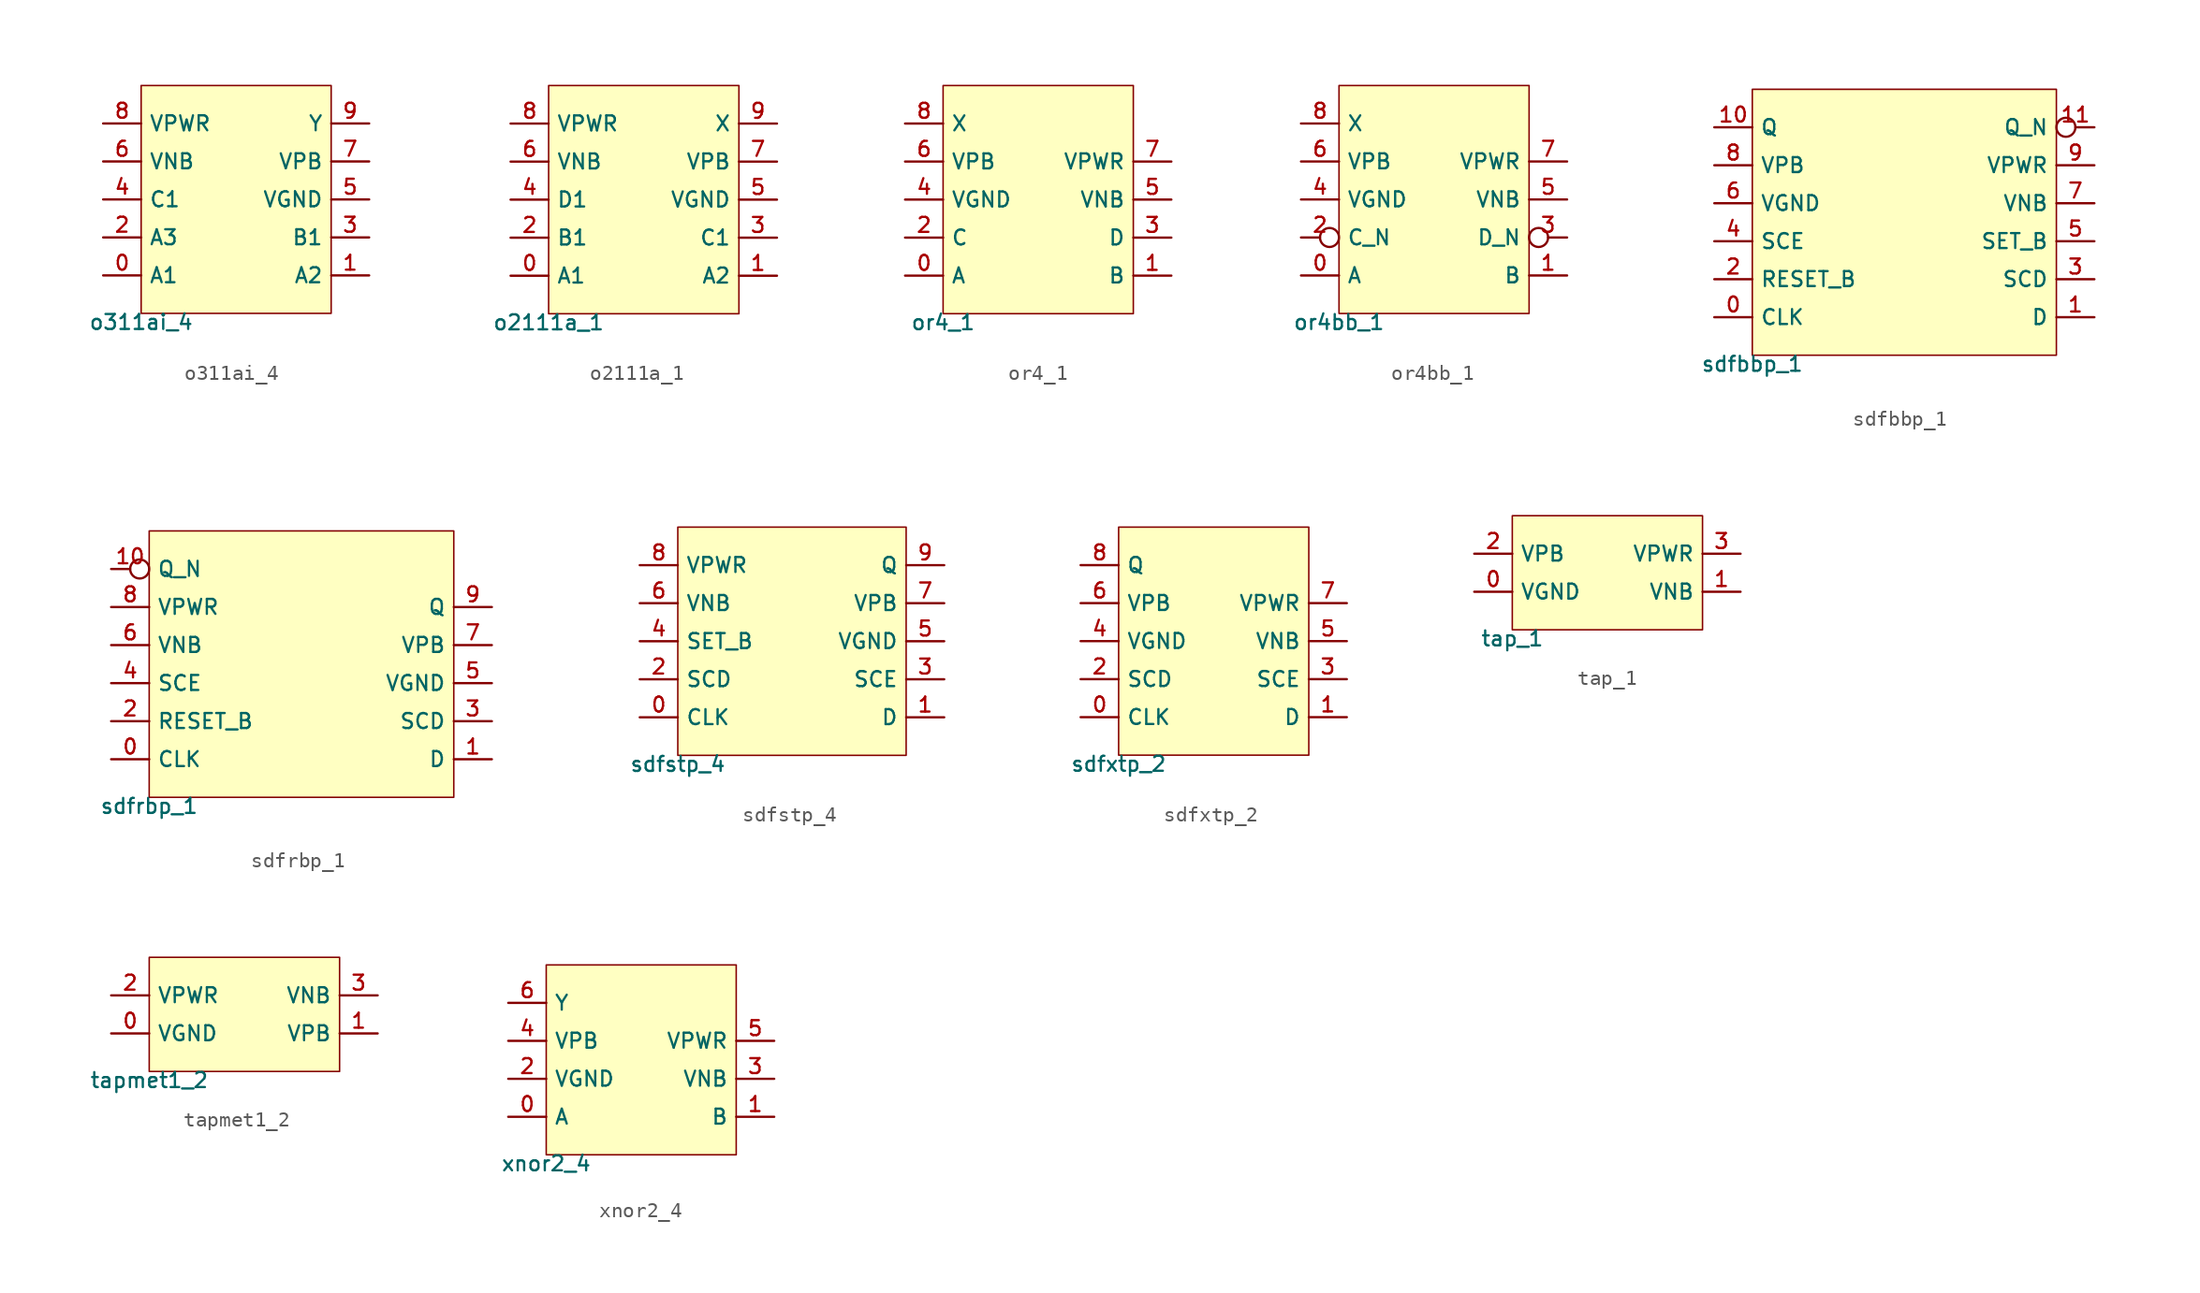
<source format=kicad_sym>
(kicad_symbol_lib
  (version 20211014)
  (generator pdk2kicad)
  (symbol "o311ai_4"
    (property "Reference" "X"
      (at 0 0 0)
      (effects (font (size 1 1)) hide))
    (property "Value" "o311ai_4"
      (at -6.35 -7.62 0)
      (effects (font (size 1 1)) (justify top)))
    (rectangle
      (start -6.35 -7.62)
      (end 6.35 7.62)
      (stroke (width 0.1) (type solid) (color 0 0 0 0))
      (fill (type background)))
    (pin bidirectional line
      (at -8.89 -5.08 0)
      (length 2.54)
      (name "A1" (effects (font (size 1 1)) hide))
      (number "0" (effects (font (size 1 1)) hide)))
    (pin bidirectional line
      (at 8.89 -5.08 180)
      (length 2.54)
      (name "A2" (effects (font (size 1 1)) hide))
      (number "1" (effects (font (size 1 1)) hide)))
    (pin bidirectional line
      (at -8.89 -2.54 0)
      (length 2.54)
      (name "A3" (effects (font (size 1 1)) hide))
      (number "2" (effects (font (size 1 1)) hide)))
    (pin bidirectional line
      (at 8.89 -2.54 180)
      (length 2.54)
      (name "B1" (effects (font (size 1 1)) hide))
      (number "3" (effects (font (size 1 1)) hide)))
    (pin bidirectional line
      (at -8.89 8.881784197001252e-16 0)
      (length 2.54)
      (name "C1" (effects (font (size 1 1)) hide))
      (number "4" (effects (font (size 1 1)) hide)))
    (pin bidirectional line
      (at 8.89 8.881784197001252e-16 180)
      (length 2.54)
      (name "VGND" (effects (font (size 1 1)) hide))
      (number "5" (effects (font (size 1 1)) hide)))
    (pin bidirectional line
      (at -8.89 2.54 0)
      (length 2.54)
      (name "VNB" (effects (font (size 1 1)) hide))
      (number "6" (effects (font (size 1 1)) hide)))
    (pin bidirectional line
      (at 8.89 2.54 180)
      (length 2.54)
      (name "VPB" (effects (font (size 1 1)) hide))
      (number "7" (effects (font (size 1 1)) hide)))
    (pin bidirectional line
      (at -8.89 5.08 0)
      (length 2.54)
      (name "VPWR" (effects (font (size 1 1)) hide))
      (number "8" (effects (font (size 1 1)) hide)))
    (pin bidirectional line
      (at 8.89 5.08 180)
      (length 2.54)
      (name "Y" (effects (font (size 1 1)) hide))
      (number "9" (effects (font (size 1 1)) hide))))
  (symbol "o2111a_1"
    (property "Reference" "X"
      (at 0 0 0)
      (effects (font (size 1 1)) hide))
    (property "Value" "o2111a_1"
      (at -6.35 -7.62 0)
      (effects (font (size 1 1)) (justify top)))
    (rectangle
      (start -6.35 -7.62)
      (end 6.35 7.62)
      (stroke (width 0.1) (type solid) (color 0 0 0 0))
      (fill (type background)))
    (pin bidirectional line
      (at -8.89 -5.08 0)
      (length 2.54)
      (name "A1" (effects (font (size 1 1)) hide))
      (number "0" (effects (font (size 1 1)) hide)))
    (pin bidirectional line
      (at 8.89 -5.08 180)
      (length 2.54)
      (name "A2" (effects (font (size 1 1)) hide))
      (number "1" (effects (font (size 1 1)) hide)))
    (pin bidirectional line
      (at -8.89 -2.54 0)
      (length 2.54)
      (name "B1" (effects (font (size 1 1)) hide))
      (number "2" (effects (font (size 1 1)) hide)))
    (pin bidirectional line
      (at 8.89 -2.54 180)
      (length 2.54)
      (name "C1" (effects (font (size 1 1)) hide))
      (number "3" (effects (font (size 1 1)) hide)))
    (pin bidirectional line
      (at -8.89 8.881784197001252e-16 0)
      (length 2.54)
      (name "D1" (effects (font (size 1 1)) hide))
      (number "4" (effects (font (size 1 1)) hide)))
    (pin bidirectional line
      (at 8.89 8.881784197001252e-16 180)
      (length 2.54)
      (name "VGND" (effects (font (size 1 1)) hide))
      (number "5" (effects (font (size 1 1)) hide)))
    (pin bidirectional line
      (at -8.89 2.54 0)
      (length 2.54)
      (name "VNB" (effects (font (size 1 1)) hide))
      (number "6" (effects (font (size 1 1)) hide)))
    (pin bidirectional line
      (at 8.89 2.54 180)
      (length 2.54)
      (name "VPB" (effects (font (size 1 1)) hide))
      (number "7" (effects (font (size 1 1)) hide)))
    (pin bidirectional line
      (at -8.89 5.08 0)
      (length 2.54)
      (name "VPWR" (effects (font (size 1 1)) hide))
      (number "8" (effects (font (size 1 1)) hide)))
    (pin bidirectional line
      (at 8.89 5.08 180)
      (length 2.54)
      (name "X" (effects (font (size 1 1)) hide))
      (number "9" (effects (font (size 1 1)) hide))))
  (symbol "or4_1"
    (property "Reference" "X"
      (at 0 0 0)
      (effects (font (size 1 1)) hide))
    (property "Value" "or4_1"
      (at -6.35 -7.62 0)
      (effects (font (size 1 1)) (justify top)))
    (rectangle
      (start -6.35 -7.62)
      (end 6.35 7.62)
      (stroke (width 0.1) (type solid) (color 0 0 0 0))
      (fill (type background)))
    (pin bidirectional line
      (at -8.89 -5.08 0)
      (length 2.54)
      (name "A" (effects (font (size 1 1)) hide))
      (number "0" (effects (font (size 1 1)) hide)))
    (pin bidirectional line
      (at 8.89 -5.08 180)
      (length 2.54)
      (name "B" (effects (font (size 1 1)) hide))
      (number "1" (effects (font (size 1 1)) hide)))
    (pin bidirectional line
      (at -8.89 -2.54 0)
      (length 2.54)
      (name "C" (effects (font (size 1 1)) hide))
      (number "2" (effects (font (size 1 1)) hide)))
    (pin bidirectional line
      (at 8.89 -2.54 180)
      (length 2.54)
      (name "D" (effects (font (size 1 1)) hide))
      (number "3" (effects (font (size 1 1)) hide)))
    (pin bidirectional line
      (at -8.89 8.881784197001252e-16 0)
      (length 2.54)
      (name "VGND" (effects (font (size 1 1)) hide))
      (number "4" (effects (font (size 1 1)) hide)))
    (pin bidirectional line
      (at 8.89 8.881784197001252e-16 180)
      (length 2.54)
      (name "VNB" (effects (font (size 1 1)) hide))
      (number "5" (effects (font (size 1 1)) hide)))
    (pin bidirectional line
      (at -8.89 2.54 0)
      (length 2.54)
      (name "VPB" (effects (font (size 1 1)) hide))
      (number "6" (effects (font (size 1 1)) hide)))
    (pin bidirectional line
      (at 8.89 2.54 180)
      (length 2.54)
      (name "VPWR" (effects (font (size 1 1)) hide))
      (number "7" (effects (font (size 1 1)) hide)))
    (pin bidirectional line
      (at -8.89 5.08 0)
      (length 2.54)
      (name "X" (effects (font (size 1 1)) hide))
      (number "8" (effects (font (size 1 1)) hide))))
  (symbol "or4bb_1"
    (property "Reference" "X"
      (at 0 0 0)
      (effects (font (size 1 1)) hide))
    (property "Value" "or4bb_1"
      (at -6.35 -7.62 0)
      (effects (font (size 1 1)) (justify top)))
    (rectangle
      (start -6.35 -7.62)
      (end 6.35 7.62)
      (stroke (width 0.1) (type solid) (color 0 0 0 0))
      (fill (type background)))
    (pin bidirectional line
      (at -8.89 -5.08 0)
      (length 2.54)
      (name "A" (effects (font (size 1 1)) hide))
      (number "0" (effects (font (size 1 1)) hide)))
    (pin bidirectional line
      (at 8.89 -5.08 180)
      (length 2.54)
      (name "B" (effects (font (size 1 1)) hide))
      (number "1" (effects (font (size 1 1)) hide)))
    (pin bidirectional inverted
      (at -8.89 -2.54 0)
      (length 2.54)
      (name "C_N" (effects (font (size 1 1)) hide))
      (number "2" (effects (font (size 1 1)) hide)))
    (pin bidirectional inverted
      (at 8.89 -2.54 180)
      (length 2.54)
      (name "D_N" (effects (font (size 1 1)) hide))
      (number "3" (effects (font (size 1 1)) hide)))
    (pin bidirectional line
      (at -8.89 8.881784197001252e-16 0)
      (length 2.54)
      (name "VGND" (effects (font (size 1 1)) hide))
      (number "4" (effects (font (size 1 1)) hide)))
    (pin bidirectional line
      (at 8.89 8.881784197001252e-16 180)
      (length 2.54)
      (name "VNB" (effects (font (size 1 1)) hide))
      (number "5" (effects (font (size 1 1)) hide)))
    (pin bidirectional line
      (at -8.89 2.54 0)
      (length 2.54)
      (name "VPB" (effects (font (size 1 1)) hide))
      (number "6" (effects (font (size 1 1)) hide)))
    (pin bidirectional line
      (at 8.89 2.54 180)
      (length 2.54)
      (name "VPWR" (effects (font (size 1 1)) hide))
      (number "7" (effects (font (size 1 1)) hide)))
    (pin bidirectional line
      (at -8.89 5.08 0)
      (length 2.54)
      (name "X" (effects (font (size 1 1)) hide))
      (number "8" (effects (font (size 1 1)) hide))))
  (symbol "sdfbbp_1"
    (property "Reference" "X"
      (at 0 0 0)
      (effects (font (size 1 1)) hide))
    (property "Value" "sdfbbp_1"
      (at -10.16 -8.89 0)
      (effects (font (size 1 1)) (justify top)))
    (rectangle
      (start -10.16 -8.89)
      (end 10.16 8.89)
      (stroke (width 0.1) (type solid) (color 0 0 0 0))
      (fill (type background)))
    (pin bidirectional line
      (at -12.7 -6.35 0)
      (length 2.54)
      (name "CLK" (effects (font (size 1 1)) hide))
      (number "0" (effects (font (size 1 1)) hide)))
    (pin bidirectional line
      (at 12.7 -6.35 180)
      (length 2.54)
      (name "D" (effects (font (size 1 1)) hide))
      (number "1" (effects (font (size 1 1)) hide)))
    (pin bidirectional line
      (at -12.7 -3.81 0)
      (length 2.54)
      (name "RESET_B" (effects (font (size 1 1)) hide))
      (number "2" (effects (font (size 1 1)) hide)))
    (pin bidirectional line
      (at 12.7 -3.81 180)
      (length 2.54)
      (name "SCD" (effects (font (size 1 1)) hide))
      (number "3" (effects (font (size 1 1)) hide)))
    (pin bidirectional line
      (at -12.7 -1.27 0)
      (length 2.54)
      (name "SCE" (effects (font (size 1 1)) hide))
      (number "4" (effects (font (size 1 1)) hide)))
    (pin bidirectional line
      (at 12.7 -1.27 180)
      (length 2.54)
      (name "SET_B" (effects (font (size 1 1)) hide))
      (number "5" (effects (font (size 1 1)) hide)))
    (pin bidirectional line
      (at -12.7 1.27 0)
      (length 2.54)
      (name "VGND" (effects (font (size 1 1)) hide))
      (number "6" (effects (font (size 1 1)) hide)))
    (pin bidirectional line
      (at 12.7 1.27 180)
      (length 2.54)
      (name "VNB" (effects (font (size 1 1)) hide))
      (number "7" (effects (font (size 1 1)) hide)))
    (pin bidirectional line
      (at -12.7 3.81 0)
      (length 2.54)
      (name "VPB" (effects (font (size 1 1)) hide))
      (number "8" (effects (font (size 1 1)) hide)))
    (pin bidirectional line
      (at 12.7 3.81 180)
      (length 2.54)
      (name "VPWR" (effects (font (size 1 1)) hide))
      (number "9" (effects (font (size 1 1)) hide)))
    (pin bidirectional line
      (at -12.7 6.35 0)
      (length 2.54)
      (name "Q" (effects (font (size 1 1)) hide))
      (number "10" (effects (font (size 1 1)) hide)))
    (pin bidirectional inverted
      (at 12.7 6.35 180)
      (length 2.54)
      (name "Q_N" (effects (font (size 1 1)) hide))
      (number "11" (effects (font (size 1 1)) hide))))
  (symbol "sdfrbp_1"
    (property "Reference" "X"
      (at 0 0 0)
      (effects (font (size 1 1)) hide))
    (property "Value" "sdfrbp_1"
      (at -10.16 -8.89 0)
      (effects (font (size 1 1)) (justify top)))
    (rectangle
      (start -10.16 -8.89)
      (end 10.16 8.89)
      (stroke (width 0.1) (type solid) (color 0 0 0 0))
      (fill (type background)))
    (pin bidirectional line
      (at -12.7 -6.35 0)
      (length 2.54)
      (name "CLK" (effects (font (size 1 1)) hide))
      (number "0" (effects (font (size 1 1)) hide)))
    (pin bidirectional line
      (at 12.7 -6.35 180)
      (length 2.54)
      (name "D" (effects (font (size 1 1)) hide))
      (number "1" (effects (font (size 1 1)) hide)))
    (pin bidirectional line
      (at -12.7 -3.81 0)
      (length 2.54)
      (name "RESET_B" (effects (font (size 1 1)) hide))
      (number "2" (effects (font (size 1 1)) hide)))
    (pin bidirectional line
      (at 12.7 -3.81 180)
      (length 2.54)
      (name "SCD" (effects (font (size 1 1)) hide))
      (number "3" (effects (font (size 1 1)) hide)))
    (pin bidirectional line
      (at -12.7 -1.27 0)
      (length 2.54)
      (name "SCE" (effects (font (size 1 1)) hide))
      (number "4" (effects (font (size 1 1)) hide)))
    (pin bidirectional line
      (at 12.7 -1.27 180)
      (length 2.54)
      (name "VGND" (effects (font (size 1 1)) hide))
      (number "5" (effects (font (size 1 1)) hide)))
    (pin bidirectional line
      (at -12.7 1.27 0)
      (length 2.54)
      (name "VNB" (effects (font (size 1 1)) hide))
      (number "6" (effects (font (size 1 1)) hide)))
    (pin bidirectional line
      (at 12.7 1.27 180)
      (length 2.54)
      (name "VPB" (effects (font (size 1 1)) hide))
      (number "7" (effects (font (size 1 1)) hide)))
    (pin bidirectional line
      (at -12.7 3.81 0)
      (length 2.54)
      (name "VPWR" (effects (font (size 1 1)) hide))
      (number "8" (effects (font (size 1 1)) hide)))
    (pin bidirectional line
      (at 12.7 3.81 180)
      (length 2.54)
      (name "Q" (effects (font (size 1 1)) hide))
      (number "9" (effects (font (size 1 1)) hide)))
    (pin bidirectional inverted
      (at -12.7 6.35 0)
      (length 2.54)
      (name "Q_N" (effects (font (size 1 1)) hide))
      (number "10" (effects (font (size 1 1)) hide))))
  (symbol "sdfstp_4"
    (property "Reference" "X"
      (at 0 0 0)
      (effects (font (size 1 1)) hide))
    (property "Value" "sdfstp_4"
      (at -7.62 -7.62 0)
      (effects (font (size 1 1)) (justify top)))
    (rectangle
      (start -7.62 -7.62)
      (end 7.62 7.62)
      (stroke (width 0.1) (type solid) (color 0 0 0 0))
      (fill (type background)))
    (pin bidirectional line
      (at -10.16 -5.08 0)
      (length 2.54)
      (name "CLK" (effects (font (size 1 1)) hide))
      (number "0" (effects (font (size 1 1)) hide)))
    (pin bidirectional line
      (at 10.16 -5.08 180)
      (length 2.54)
      (name "D" (effects (font (size 1 1)) hide))
      (number "1" (effects (font (size 1 1)) hide)))
    (pin bidirectional line
      (at -10.16 -2.54 0)
      (length 2.54)
      (name "SCD" (effects (font (size 1 1)) hide))
      (number "2" (effects (font (size 1 1)) hide)))
    (pin bidirectional line
      (at 10.16 -2.54 180)
      (length 2.54)
      (name "SCE" (effects (font (size 1 1)) hide))
      (number "3" (effects (font (size 1 1)) hide)))
    (pin bidirectional line
      (at -10.16 8.881784197001252e-16 0)
      (length 2.54)
      (name "SET_B" (effects (font (size 1 1)) hide))
      (number "4" (effects (font (size 1 1)) hide)))
    (pin bidirectional line
      (at 10.16 8.881784197001252e-16 180)
      (length 2.54)
      (name "VGND" (effects (font (size 1 1)) hide))
      (number "5" (effects (font (size 1 1)) hide)))
    (pin bidirectional line
      (at -10.16 2.54 0)
      (length 2.54)
      (name "VNB" (effects (font (size 1 1)) hide))
      (number "6" (effects (font (size 1 1)) hide)))
    (pin bidirectional line
      (at 10.16 2.54 180)
      (length 2.54)
      (name "VPB" (effects (font (size 1 1)) hide))
      (number "7" (effects (font (size 1 1)) hide)))
    (pin bidirectional line
      (at -10.16 5.08 0)
      (length 2.54)
      (name "VPWR" (effects (font (size 1 1)) hide))
      (number "8" (effects (font (size 1 1)) hide)))
    (pin bidirectional line
      (at 10.16 5.08 180)
      (length 2.54)
      (name "Q" (effects (font (size 1 1)) hide))
      (number "9" (effects (font (size 1 1)) hide))))
  (symbol "sdfxtp_2"
    (property "Reference" "X"
      (at 0 0 0)
      (effects (font (size 1 1)) hide))
    (property "Value" "sdfxtp_2"
      (at -6.35 -7.62 0)
      (effects (font (size 1 1)) (justify top)))
    (rectangle
      (start -6.35 -7.62)
      (end 6.35 7.62)
      (stroke (width 0.1) (type solid) (color 0 0 0 0))
      (fill (type background)))
    (pin bidirectional line
      (at -8.89 -5.08 0)
      (length 2.54)
      (name "CLK" (effects (font (size 1 1)) hide))
      (number "0" (effects (font (size 1 1)) hide)))
    (pin bidirectional line
      (at 8.89 -5.08 180)
      (length 2.54)
      (name "D" (effects (font (size 1 1)) hide))
      (number "1" (effects (font (size 1 1)) hide)))
    (pin bidirectional line
      (at -8.89 -2.54 0)
      (length 2.54)
      (name "SCD" (effects (font (size 1 1)) hide))
      (number "2" (effects (font (size 1 1)) hide)))
    (pin bidirectional line
      (at 8.89 -2.54 180)
      (length 2.54)
      (name "SCE" (effects (font (size 1 1)) hide))
      (number "3" (effects (font (size 1 1)) hide)))
    (pin bidirectional line
      (at -8.89 8.881784197001252e-16 0)
      (length 2.54)
      (name "VGND" (effects (font (size 1 1)) hide))
      (number "4" (effects (font (size 1 1)) hide)))
    (pin bidirectional line
      (at 8.89 8.881784197001252e-16 180)
      (length 2.54)
      (name "VNB" (effects (font (size 1 1)) hide))
      (number "5" (effects (font (size 1 1)) hide)))
    (pin bidirectional line
      (at -8.89 2.54 0)
      (length 2.54)
      (name "VPB" (effects (font (size 1 1)) hide))
      (number "6" (effects (font (size 1 1)) hide)))
    (pin bidirectional line
      (at 8.89 2.54 180)
      (length 2.54)
      (name "VPWR" (effects (font (size 1 1)) hide))
      (number "7" (effects (font (size 1 1)) hide)))
    (pin bidirectional line
      (at -8.89 5.08 0)
      (length 2.54)
      (name "Q" (effects (font (size 1 1)) hide))
      (number "8" (effects (font (size 1 1)) hide))))
  (symbol "tap_1"
    (property "Reference" "X"
      (at 0 0 0)
      (effects (font (size 1 1)) hide))
    (property "Value" "tap_1"
      (at -6.35 -3.81 0)
      (effects (font (size 1 1)) (justify top)))
    (rectangle
      (start -6.35 -3.81)
      (end 6.35 3.81)
      (stroke (width 0.1) (type solid) (color 0 0 0 0))
      (fill (type background)))
    (pin bidirectional line
      (at -8.89 -1.27 0)
      (length 2.54)
      (name "VGND" (effects (font (size 1 1)) hide))
      (number "0" (effects (font (size 1 1)) hide)))
    (pin bidirectional line
      (at 8.89 -1.27 180)
      (length 2.54)
      (name "VNB" (effects (font (size 1 1)) hide))
      (number "1" (effects (font (size 1 1)) hide)))
    (pin bidirectional line
      (at -8.89 1.27 0)
      (length 2.54)
      (name "VPB" (effects (font (size 1 1)) hide))
      (number "2" (effects (font (size 1 1)) hide)))
    (pin bidirectional line
      (at 8.89 1.27 180)
      (length 2.54)
      (name "VPWR" (effects (font (size 1 1)) hide))
      (number "3" (effects (font (size 1 1)) hide))))
  (symbol "tapmet1_2"
    (property "Reference" "X"
      (at 0 0 0)
      (effects (font (size 1 1)) hide))
    (property "Value" "tapmet1_2"
      (at -6.35 -3.81 0)
      (effects (font (size 1 1)) (justify top)))
    (rectangle
      (start -6.35 -3.81)
      (end 6.35 3.81)
      (stroke (width 0.1) (type solid) (color 0 0 0 0))
      (fill (type background)))
    (pin bidirectional line
      (at -8.89 -1.27 0)
      (length 2.54)
      (name "VGND" (effects (font (size 1 1)) hide))
      (number "0" (effects (font (size 1 1)) hide)))
    (pin bidirectional line
      (at 8.89 -1.27 180)
      (length 2.54)
      (name "VPB" (effects (font (size 1 1)) hide))
      (number "1" (effects (font (size 1 1)) hide)))
    (pin bidirectional line
      (at -8.89 1.27 0)
      (length 2.54)
      (name "VPWR" (effects (font (size 1 1)) hide))
      (number "2" (effects (font (size 1 1)) hide)))
    (pin bidirectional line
      (at 8.89 1.27 180)
      (length 2.54)
      (name "VNB" (effects (font (size 1 1)) hide))
      (number "3" (effects (font (size 1 1)) hide))))
  (symbol "xnor2_4"
    (property "Reference" "X"
      (at 0 0 0)
      (effects (font (size 1 1)) hide))
    (property "Value" "xnor2_4"
      (at -6.35 -6.35 0)
      (effects (font (size 1 1)) (justify top)))
    (rectangle
      (start -6.35 -6.35)
      (end 6.35 6.35)
      (stroke (width 0.1) (type solid) (color 0 0 0 0))
      (fill (type background)))
    (pin bidirectional line
      (at -8.89 -3.81 0)
      (length 2.54)
      (name "A" (effects (font (size 1 1)) hide))
      (number "0" (effects (font (size 1 1)) hide)))
    (pin bidirectional line
      (at 8.89 -3.81 180)
      (length 2.54)
      (name "B" (effects (font (size 1 1)) hide))
      (number "1" (effects (font (size 1 1)) hide)))
    (pin bidirectional line
      (at -8.89 -1.27 0)
      (length 2.54)
      (name "VGND" (effects (font (size 1 1)) hide))
      (number "2" (effects (font (size 1 1)) hide)))
    (pin bidirectional line
      (at 8.89 -1.27 180)
      (length 2.54)
      (name "VNB" (effects (font (size 1 1)) hide))
      (number "3" (effects (font (size 1 1)) hide)))
    (pin bidirectional line
      (at -8.89 1.27 0)
      (length 2.54)
      (name "VPB" (effects (font (size 1 1)) hide))
      (number "4" (effects (font (size 1 1)) hide)))
    (pin bidirectional line
      (at 8.89 1.27 180)
      (length 2.54)
      (name "VPWR" (effects (font (size 1 1)) hide))
      (number "5" (effects (font (size 1 1)) hide)))
    (pin bidirectional line
      (at -8.89 3.81 0)
      (length 2.54)
      (name "Y" (effects (font (size 1 1)) hide))
      (number "6" (effects (font (size 1 1)) hide)))))
</source>
